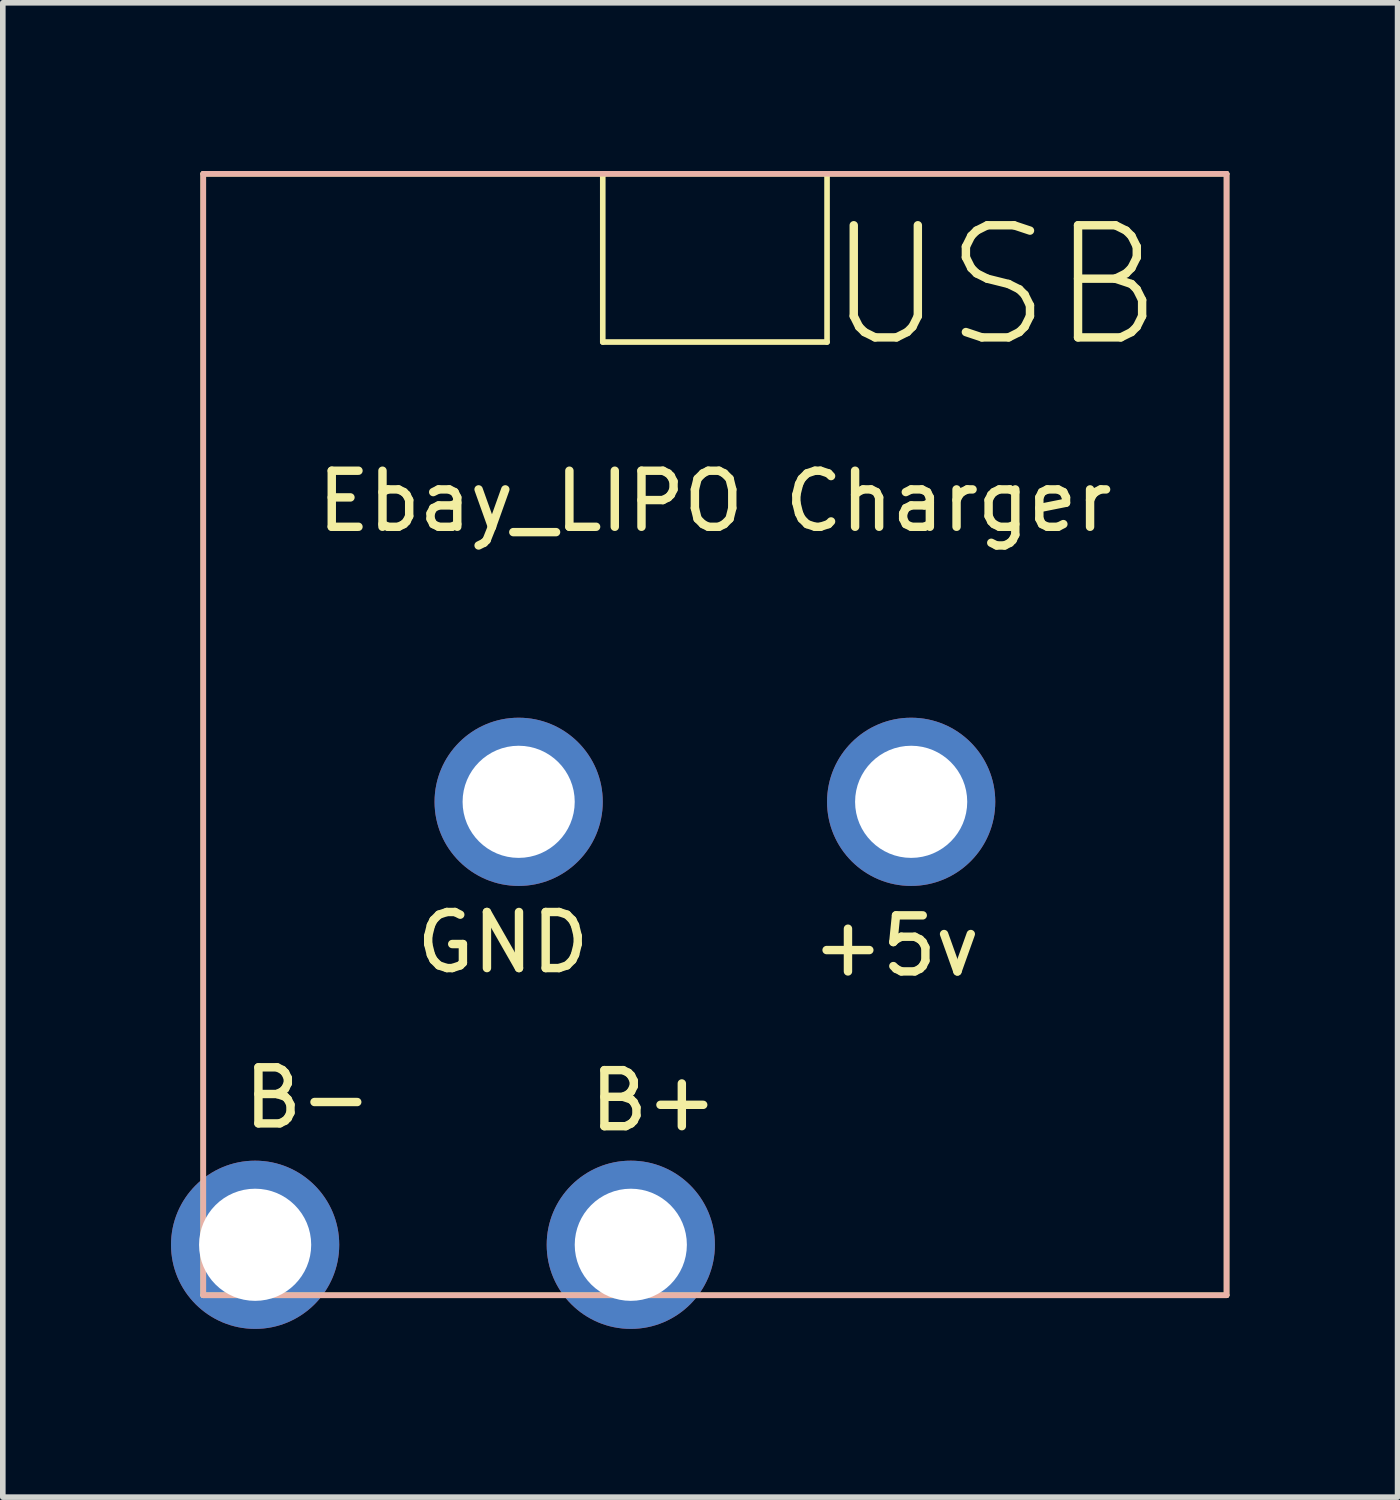
<source format=kicad_pcb>
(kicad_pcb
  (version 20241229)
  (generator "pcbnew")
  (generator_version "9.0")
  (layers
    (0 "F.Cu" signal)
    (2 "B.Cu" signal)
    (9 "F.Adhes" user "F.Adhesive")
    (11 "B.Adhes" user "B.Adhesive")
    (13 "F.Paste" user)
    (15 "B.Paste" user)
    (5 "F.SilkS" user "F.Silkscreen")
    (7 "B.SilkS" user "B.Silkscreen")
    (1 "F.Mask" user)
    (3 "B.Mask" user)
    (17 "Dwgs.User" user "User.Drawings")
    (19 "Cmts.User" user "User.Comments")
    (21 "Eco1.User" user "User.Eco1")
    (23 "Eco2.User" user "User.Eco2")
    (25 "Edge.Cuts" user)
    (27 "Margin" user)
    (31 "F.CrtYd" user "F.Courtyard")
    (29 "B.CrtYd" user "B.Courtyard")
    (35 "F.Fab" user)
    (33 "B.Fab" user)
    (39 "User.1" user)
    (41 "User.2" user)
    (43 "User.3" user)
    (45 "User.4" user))
  (footprint "Ebay_LIPO Charger"
    (layer "F.Cu")
    (at 9.7 10.05)
    (property "Reference" "Ebay_LIPO Charger" (at 0 -4.16 0) (layer "F.SilkS") (effects (font (size 1 1) (thickness 0.15))))
    (attr through_hole)
    (fp_line (start -9.125 -10) (end -9.125 10) (stroke (width 0.1) (type solid)) (layer "F.SilkS"))
    (fp_line (start -9.125 10) (end 9.125 10) (stroke (width 0.1) (type solid)) (layer "F.SilkS"))
    (fp_line (start -2 -10) (end -2 -7) (stroke (width 0.1) (type solid)) (layer "F.SilkS"))
    (fp_line (start -2 -7) (end 2 -7) (stroke (width 0.1) (type solid)) (layer "F.SilkS"))
    (fp_line (start 2 -7) (end 2 -10) (stroke (width 0.1) (type solid)) (layer "F.SilkS"))
    (fp_line (start 9.125 -10) (end -9.125 -10) (stroke (width 0.1) (type solid)) (layer "F.SilkS"))
    (fp_line (start 9.125 10) (end 9.125 -10) (stroke (width 0.1) (type solid)) (layer "F.SilkS"))
    (fp_line (start -9.125 -10) (end -9.125 10) (stroke (width 0.1) (type solid)) (layer "B.SilkS"))
    (fp_line (start -9.125 10) (end 9.125 10) (stroke (width 0.1) (type solid)) (layer "B.SilkS"))
    (fp_line (start 9.125 -10) (end -9.125 -10) (stroke (width 0.1) (type solid)) (layer "B.SilkS"))
    (fp_line (start 9.125 10) (end 9.125 -10) (stroke (width 0.1) (type solid)) (layer "B.SilkS"))
    (fp_text user "B+" (at -1.09 6.53 0) (layer "F.SilkS") (effects (font (size 1 1) (thickness 0.15))))
    (fp_text user "+5v" (at 3.23 3.77 0) (layer "F.SilkS") (effects (font (size 1 1) (thickness 0.15))))
    (fp_text user "USB" (at 5 -8 0) (layer "F.SilkS") (effects (font (size 2 2) (thickness 0.15))))
    (fp_text user "GND" (at -3.78 3.71 0) (layer "F.SilkS") (effects (font (size 1 1) (thickness 0.15))))
    (fp_text user "B-" (at -7.26 6.48 0) (layer "F.SilkS") (effects (font (size 1 1) (thickness 0.15))))
    (pad "1" thru_hole circle (at -8.2 9.1) (size 3 3) (drill 2) (layers "*.Cu" "*.Mask"))
    (pad "2" thru_hole circle (at -1.5 9.1) (size 3 3) (drill 2) (layers "*.Cu" "*.Mask"))
    (pad "3" thru_hole circle (at -3.5 1.2) (size 3 3) (drill 2) (layers "*.Cu" "*.Mask"))
    (pad "4" thru_hole circle (at 3.5 1.2) (size 3 3) (drill 2) (layers "*.Cu" "*.Mask")))
  (gr_rect
    (start -3 -3)
    (end 21.875 23.65)
    (stroke (width 0.1) (type default))
    (fill no)
    (layer "Edge.Cuts")))
</source>
